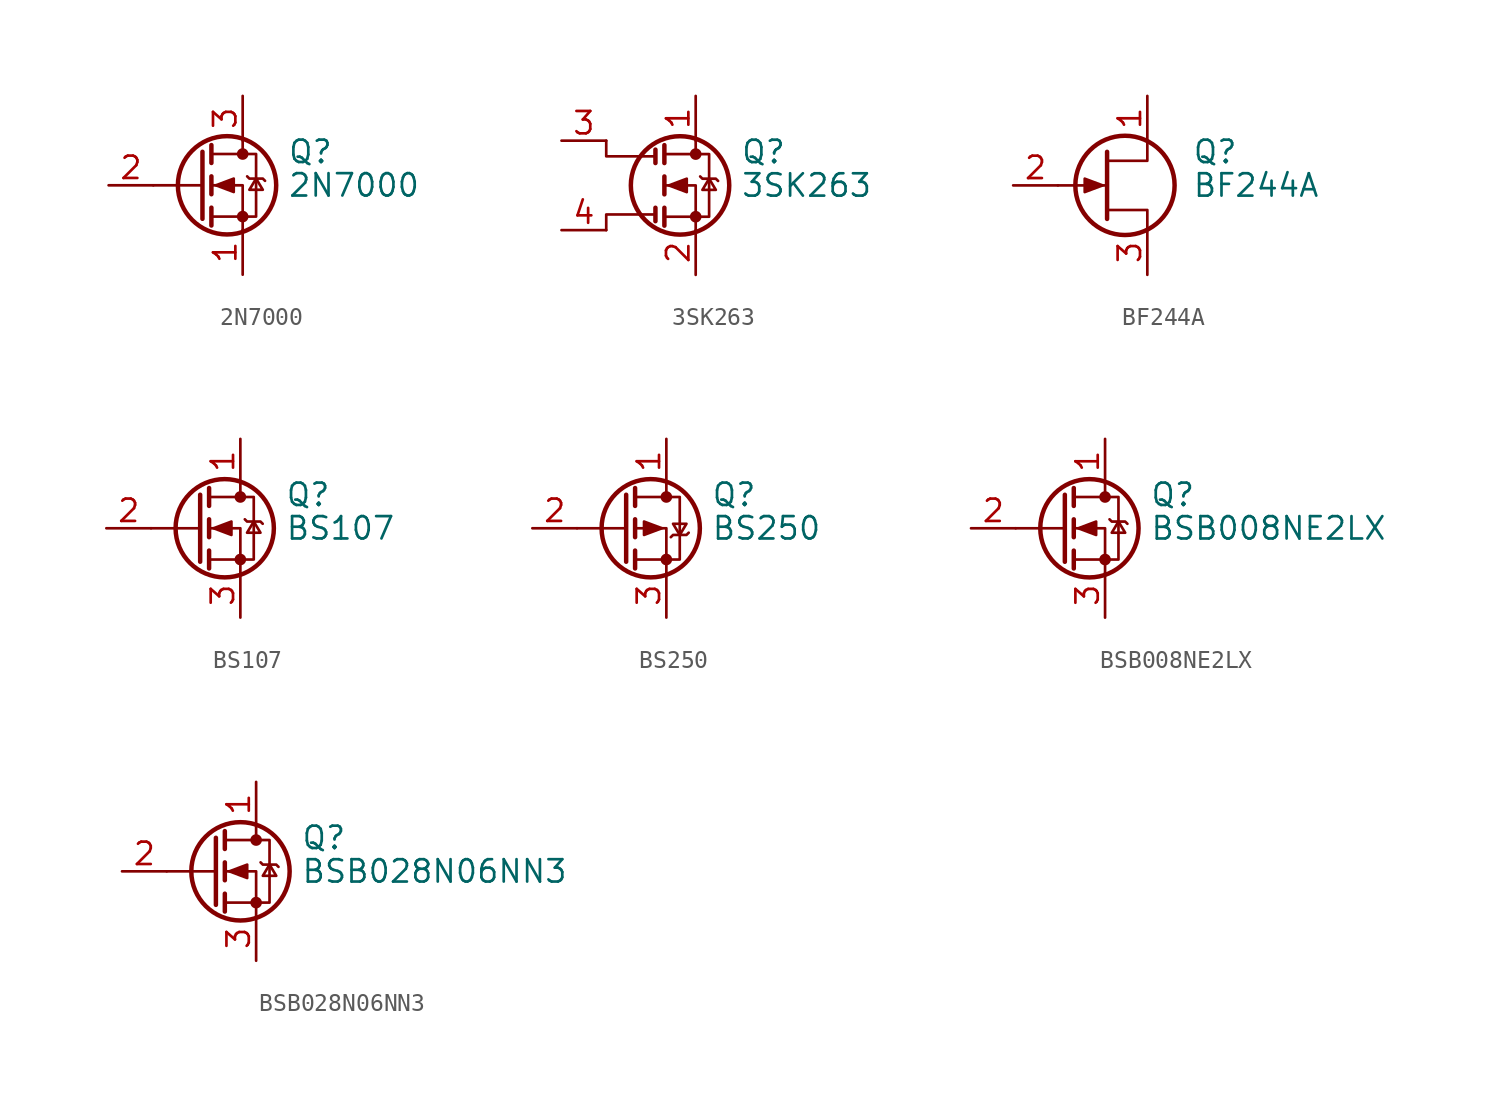
<source format=kicad_sym>
(kicad_symbol_lib
  (version 20211014)
  (generator kicad_symbol_editor)
  (symbol "2N7000"
    (pin_names hide)
    (property "Reference" "Q"
      (at 5.08 1.905 0)
      (effects (font (size 1.27 1.27)) (justify left)))
    (property "Value" "2N7000"
      (at 5.08 0 0)
      (effects (font (size 1.27 1.27)) (justify left)))
    (symbol "2N7000_0_1"
      (polyline (pts (xy 0.254 0) (xy -2.54 0)) (stroke (width 0) (type default) (color 0 0 0 0)) (fill (type none)))
      (polyline (pts (xy 0.254 1.905) (xy 0.254 -1.905)) (stroke (width 0.254) (type default) (color 0 0 0 0)) (fill (type none)))
      (polyline (pts (xy 0.762 -1.27) (xy 0.762 -2.286)) (stroke (width 0.254) (type default) (color 0 0 0 0)) (fill (type none)))
      (polyline (pts (xy 0.762 0.508) (xy 0.762 -0.508)) (stroke (width 0.254) (type default) (color 0 0 0 0)) (fill (type none)))
      (polyline (pts (xy 0.762 2.286) (xy 0.762 1.27)) (stroke (width 0.254) (type default) (color 0 0 0 0)) (fill (type none)))
      (polyline (pts (xy 2.54 2.54) (xy 2.54 1.778)) (stroke (width 0) (type default) (color 0 0 0 0)) (fill (type none)))
      (polyline (pts (xy 2.54 -2.54) (xy 2.54 0) (xy 0.762 0)) (stroke (width 0) (type default) (color 0 0 0 0)) (fill (type none)))
      (polyline (pts (xy 0.762 -1.778) (xy 3.302 -1.778) (xy 3.302 1.778) (xy 0.762 1.778)) (stroke (width 0) (type default) (color 0 0 0 0)) (fill (type none)))
      (polyline (pts (xy 1.016 0) (xy 2.032 0.381) (xy 2.032 -0.381) (xy 1.016 0)) (stroke (width 0) (type default) (color 0 0 0 0)) (fill (type outline)))
      (polyline (pts (xy 2.794 0.508) (xy 2.921 0.381) (xy 3.683 0.381) (xy 3.81 0.254)) (stroke (width 0) (type default) (color 0 0 0 0)) (fill (type none)))
      (polyline (pts (xy 3.302 0.381) (xy 2.921 -0.254) (xy 3.683 -0.254) (xy 3.302 0.381)) (stroke (width 0) (type default) (color 0 0 0 0)) (fill (type none)))
      (circle (center 1.651 0) (radius 2.794) (stroke (width 0.254) (type default) (color 0 0 0 0)) (fill (type none)))
      (circle (center 2.54 -1.778) (radius 0.254) (stroke (width 0) (type default) (color 0 0 0 0)) (fill (type outline)))
      (circle (center 2.54 1.778) (radius 0.254) (stroke (width 0) (type default) (color 0 0 0 0)) (fill (type outline))))
    (symbol "2N7000_1_1"
      (pin passive line (at 2.54 -5.08 90) (length 2.54) (name "S" (effects (font (size 1.27 1.27)))) (number "1" (effects (font (size 1.27 1.27)))))
      (pin input line (at -5.08 0 0) (length 2.54) (name "G" (effects (font (size 1.27 1.27)))) (number "2" (effects (font (size 1.27 1.27)))))
      (pin passive line (at 2.54 5.08 270) (length 2.54) (name "D" (effects (font (size 1.27 1.27)))) (number "3" (effects (font (size 1.27 1.27)))))))
  (symbol "3SK263"
    (pin_names hide)
    (property "Reference" "Q"
      (at 5.08 1.905 0)
      (effects (font (size 1.27 1.27)) (justify left)))
    (property "Value" "3SK263"
      (at 5.08 0 0)
      (effects (font (size 1.27 1.27)) (justify left)))
    (symbol "3SK263_0_1"
      (polyline (pts (xy 0.254 -2.032) (xy 0.254 -1.27)) (stroke (width 0.254) (type default) (color 0 0 0 0)) (fill (type none)))
      (polyline (pts (xy 0.254 2.032) (xy 0.254 1.27)) (stroke (width 0.254) (type default) (color 0 0 0 0)) (fill (type none)))
      (polyline (pts (xy 0.762 -1.27) (xy 0.762 -2.286)) (stroke (width 0.254) (type default) (color 0 0 0 0)) (fill (type none)))
      (polyline (pts (xy 0.762 0.508) (xy 0.762 -0.508)) (stroke (width 0.254) (type default) (color 0 0 0 0)) (fill (type none)))
      (polyline (pts (xy 0.762 2.286) (xy 0.762 1.27)) (stroke (width 0.254) (type default) (color 0 0 0 0)) (fill (type none)))
      (polyline (pts (xy 2.54 2.54) (xy 2.54 1.778)) (stroke (width 0) (type default) (color 0 0 0 0)) (fill (type none)))
      (polyline (pts (xy 0.254 -1.651) (xy -2.54 -1.651) (xy -2.54 -2.54)) (stroke (width 0) (type default) (color 0 0 0 0)) (fill (type none)))
      (polyline (pts (xy 0.254 1.651) (xy -2.54 1.651) (xy -2.54 2.54)) (stroke (width 0) (type default) (color 0 0 0 0)) (fill (type none)))
      (polyline (pts (xy 2.54 -2.54) (xy 2.54 0) (xy 0.762 0)) (stroke (width 0) (type default) (color 0 0 0 0)) (fill (type none)))
      (polyline (pts (xy 0.762 -1.778) (xy 3.302 -1.778) (xy 3.302 1.778) (xy 0.762 1.778)) (stroke (width 0) (type default) (color 0 0 0 0)) (fill (type none)))
      (polyline (pts (xy 1.016 0) (xy 2.032 0.381) (xy 2.032 -0.381) (xy 1.016 0)) (stroke (width 0) (type default) (color 0 0 0 0)) (fill (type outline)))
      (polyline (pts (xy 2.794 0.508) (xy 2.921 0.381) (xy 3.683 0.381) (xy 3.81 0.254)) (stroke (width 0) (type default) (color 0 0 0 0)) (fill (type none)))
      (polyline (pts (xy 3.302 0.381) (xy 2.921 -0.254) (xy 3.683 -0.254) (xy 3.302 0.381)) (stroke (width 0) (type default) (color 0 0 0 0)) (fill (type none)))
      (circle (center 1.651 0) (radius 2.794) (stroke (width 0.254) (type default) (color 0 0 0 0)) (fill (type none)))
      (circle (center 2.54 -1.778) (radius 0.254) (stroke (width 0) (type default) (color 0 0 0 0)) (fill (type outline)))
      (circle (center 2.54 1.778) (radius 0.254) (stroke (width 0) (type default) (color 0 0 0 0)) (fill (type outline))))
    (symbol "3SK263_1_1"
      (pin passive line (at 2.54 5.08 270) (length 2.54) (name "D" (effects (font (size 1.27 1.27)))) (number "1" (effects (font (size 1.27 1.27)))))
      (pin passive line (at 2.54 -5.08 90) (length 2.54) (name "S" (effects (font (size 1.27 1.27)))) (number "2" (effects (font (size 1.27 1.27)))))
      (pin passive line (at -5.08 2.54 0) (length 2.54) (name "G1" (effects (font (size 1.27 1.27)))) (number "3" (effects (font (size 1.27 1.27)))))
      (pin passive line (at -5.08 -2.54 0) (length 2.54) (name "G2" (effects (font (size 1.27 1.27)))) (number "4" (effects (font (size 1.27 1.27)))))))
  (symbol "BF244A"
    (pin_names hide)
    (property "Reference" "Q"
      (at 5.08 1.905 0)
      (effects (font (size 1.27 1.27)) (justify left)))
    (property "Value" "BF244A"
      (at 5.08 0 0)
      (effects (font (size 1.27 1.27)) (justify left)))
    (symbol "BF244A_0_1"
      (polyline (pts (xy 0.254 0) (xy -2.54 0)) (stroke (width 0) (type default) (color 0 0 0 0)) (fill (type none)))
      (polyline (pts (xy 0.254 1.905) (xy 0.254 -1.905)) (stroke (width 0.254) (type default) (color 0 0 0 0)) (fill (type none)))
      (polyline (pts (xy 2.54 -2.54) (xy 2.54 -1.397) (xy 0.254 -1.397)) (stroke (width 0) (type default) (color 0 0 0 0)) (fill (type none)))
      (polyline (pts (xy 2.54 2.54) (xy 2.54 1.397) (xy 0.254 1.397)) (stroke (width 0) (type default) (color 0 0 0 0)) (fill (type none)))
      (polyline (pts (xy 0 0) (xy -1.016 0.381) (xy -1.016 -0.381) (xy 0 0)) (stroke (width 0) (type default) (color 0 0 0 0)) (fill (type outline)))
      (circle (center 1.27 0) (radius 2.819) (stroke (width 0.254) (type default) (color 0 0 0 0)) (fill (type none))))
    (symbol "BF244A_1_1"
      (pin passive line (at 2.54 5.08 270) (length 2.54) (name "D" (effects (font (size 1.27 1.27)))) (number "1" (effects (font (size 1.27 1.27)))))
      (pin input line (at -5.08 0 0) (length 2.54) (name "G" (effects (font (size 1.27 1.27)))) (number "2" (effects (font (size 1.27 1.27)))))
      (pin passive line (at 2.54 -5.08 90) (length 2.54) (name "S" (effects (font (size 1.27 1.27)))) (number "3" (effects (font (size 1.27 1.27)))))))
  (symbol "BS107"
    (pin_names hide)
    (property "Reference" "Q"
      (at 5.08 1.905 0)
      (effects (font (size 1.27 1.27)) (justify left)))
    (property "Value" "BS107"
      (at 5.08 0 0)
      (effects (font (size 1.27 1.27)) (justify left)))
    (symbol "BS107_0_1"
      (polyline (pts (xy 0.254 0) (xy -2.54 0)) (stroke (width 0) (type default) (color 0 0 0 0)) (fill (type none)))
      (polyline (pts (xy 0.254 1.905) (xy 0.254 -1.905)) (stroke (width 0.254) (type default) (color 0 0 0 0)) (fill (type none)))
      (polyline (pts (xy 0.762 -1.27) (xy 0.762 -2.286)) (stroke (width 0.254) (type default) (color 0 0 0 0)) (fill (type none)))
      (polyline (pts (xy 0.762 0.508) (xy 0.762 -0.508)) (stroke (width 0.254) (type default) (color 0 0 0 0)) (fill (type none)))
      (polyline (pts (xy 0.762 2.286) (xy 0.762 1.27)) (stroke (width 0.254) (type default) (color 0 0 0 0)) (fill (type none)))
      (polyline (pts (xy 2.54 2.54) (xy 2.54 1.778)) (stroke (width 0) (type default) (color 0 0 0 0)) (fill (type none)))
      (polyline (pts (xy 2.54 -2.54) (xy 2.54 0) (xy 0.762 0)) (stroke (width 0) (type default) (color 0 0 0 0)) (fill (type none)))
      (polyline (pts (xy 0.762 -1.778) (xy 3.302 -1.778) (xy 3.302 1.778) (xy 0.762 1.778)) (stroke (width 0) (type default) (color 0 0 0 0)) (fill (type none)))
      (polyline (pts (xy 1.016 0) (xy 2.032 0.381) (xy 2.032 -0.381) (xy 1.016 0)) (stroke (width 0) (type default) (color 0 0 0 0)) (fill (type outline)))
      (polyline (pts (xy 2.794 0.508) (xy 2.921 0.381) (xy 3.683 0.381) (xy 3.81 0.254)) (stroke (width 0) (type default) (color 0 0 0 0)) (fill (type none)))
      (polyline (pts (xy 3.302 0.381) (xy 2.921 -0.254) (xy 3.683 -0.254) (xy 3.302 0.381)) (stroke (width 0) (type default) (color 0 0 0 0)) (fill (type none)))
      (circle (center 1.651 0) (radius 2.794) (stroke (width 0.254) (type default) (color 0 0 0 0)) (fill (type none)))
      (circle (center 2.54 -1.778) (radius 0.254) (stroke (width 0) (type default) (color 0 0 0 0)) (fill (type outline)))
      (circle (center 2.54 1.778) (radius 0.254) (stroke (width 0) (type default) (color 0 0 0 0)) (fill (type outline))))
    (symbol "BS107_1_1"
      (pin passive line (at 2.54 5.08 270) (length 2.54) (name "D" (effects (font (size 1.27 1.27)))) (number "1" (effects (font (size 1.27 1.27)))))
      (pin input line (at -5.08 0 0) (length 2.54) (name "G" (effects (font (size 1.27 1.27)))) (number "2" (effects (font (size 1.27 1.27)))))
      (pin passive line (at 2.54 -5.08 90) (length 2.54) (name "S" (effects (font (size 1.27 1.27)))) (number "3" (effects (font (size 1.27 1.27)))))))
  (symbol "BS250"
    (pin_names hide)
    (property "Reference" "Q"
      (at 5.08 1.905 0)
      (effects (font (size 1.27 1.27)) (justify left)))
    (property "Value" "BS250"
      (at 5.08 0 0)
      (effects (font (size 1.27 1.27)) (justify left)))
    (symbol "BS250_0_1"
      (polyline (pts (xy 0.254 0) (xy -2.54 0)) (stroke (width 0) (type default) (color 0 0 0 0)) (fill (type none)))
      (polyline (pts (xy 0.254 1.905) (xy 0.254 -1.905)) (stroke (width 0.254) (type default) (color 0 0 0 0)) (fill (type none)))
      (polyline (pts (xy 0.762 -1.27) (xy 0.762 -2.286)) (stroke (width 0.254) (type default) (color 0 0 0 0)) (fill (type none)))
      (polyline (pts (xy 0.762 0.508) (xy 0.762 -0.508)) (stroke (width 0.254) (type default) (color 0 0 0 0)) (fill (type none)))
      (polyline (pts (xy 0.762 2.286) (xy 0.762 1.27)) (stroke (width 0.254) (type default) (color 0 0 0 0)) (fill (type none)))
      (polyline (pts (xy 2.54 2.54) (xy 2.54 1.778)) (stroke (width 0) (type default) (color 0 0 0 0)) (fill (type none)))
      (polyline (pts (xy 2.54 -2.54) (xy 2.54 0) (xy 0.762 0)) (stroke (width 0) (type default) (color 0 0 0 0)) (fill (type none)))
      (polyline (pts (xy 0.762 1.778) (xy 3.302 1.778) (xy 3.302 -1.778) (xy 0.762 -1.778)) (stroke (width 0) (type default) (color 0 0 0 0)) (fill (type none)))
      (polyline (pts (xy 2.286 0) (xy 1.27 0.381) (xy 1.27 -0.381) (xy 2.286 0)) (stroke (width 0) (type default) (color 0 0 0 0)) (fill (type outline)))
      (polyline (pts (xy 2.794 -0.508) (xy 2.921 -0.381) (xy 3.683 -0.381) (xy 3.81 -0.254)) (stroke (width 0) (type default) (color 0 0 0 0)) (fill (type none)))
      (polyline (pts (xy 3.302 -0.381) (xy 2.921 0.254) (xy 3.683 0.254) (xy 3.302 -0.381)) (stroke (width 0) (type default) (color 0 0 0 0)) (fill (type none)))
      (circle (center 1.651 0) (radius 2.794) (stroke (width 0.254) (type default) (color 0 0 0 0)) (fill (type none)))
      (circle (center 2.54 -1.778) (radius 0.254) (stroke (width 0) (type default) (color 0 0 0 0)) (fill (type outline)))
      (circle (center 2.54 1.778) (radius 0.254) (stroke (width 0) (type default) (color 0 0 0 0)) (fill (type outline))))
    (symbol "BS250_1_1"
      (pin passive line (at 2.54 5.08 270) (length 2.54) (name "D" (effects (font (size 1.27 1.27)))) (number "1" (effects (font (size 1.27 1.27)))))
      (pin input line (at -5.08 0 0) (length 2.54) (name "G" (effects (font (size 1.27 1.27)))) (number "2" (effects (font (size 1.27 1.27)))))
      (pin passive line (at 2.54 -5.08 90) (length 2.54) (name "S" (effects (font (size 1.27 1.27)))) (number "3" (effects (font (size 1.27 1.27)))))))
  (symbol "BSB008NE2LX"
    (pin_names hide)
    (property "Reference" "Q"
      (at 5.08 1.905 0)
      (effects (font (size 1.27 1.27)) (justify left)))
    (property "Value" "BSB008NE2LX"
      (at 5.08 0 0)
      (effects (font (size 1.27 1.27)) (justify left)))
    (symbol "BSB008NE2LX_0_1"
      (polyline (pts (xy 0.254 0) (xy -2.54 0)) (stroke (width 0) (type default) (color 0 0 0 0)) (fill (type none)))
      (polyline (pts (xy 0.254 1.905) (xy 0.254 -1.905)) (stroke (width 0.254) (type default) (color 0 0 0 0)) (fill (type none)))
      (polyline (pts (xy 0.762 -1.27) (xy 0.762 -2.286)) (stroke (width 0.254) (type default) (color 0 0 0 0)) (fill (type none)))
      (polyline (pts (xy 0.762 0.508) (xy 0.762 -0.508)) (stroke (width 0.254) (type default) (color 0 0 0 0)) (fill (type none)))
      (polyline (pts (xy 0.762 2.286) (xy 0.762 1.27)) (stroke (width 0.254) (type default) (color 0 0 0 0)) (fill (type none)))
      (polyline (pts (xy 2.54 2.54) (xy 2.54 1.778)) (stroke (width 0) (type default) (color 0 0 0 0)) (fill (type none)))
      (polyline (pts (xy 2.54 -2.54) (xy 2.54 0) (xy 0.762 0)) (stroke (width 0) (type default) (color 0 0 0 0)) (fill (type none)))
      (polyline (pts (xy 0.762 -1.778) (xy 3.302 -1.778) (xy 3.302 1.778) (xy 0.762 1.778)) (stroke (width 0) (type default) (color 0 0 0 0)) (fill (type none)))
      (polyline (pts (xy 1.016 0) (xy 2.032 0.381) (xy 2.032 -0.381) (xy 1.016 0)) (stroke (width 0) (type default) (color 0 0 0 0)) (fill (type outline)))
      (polyline (pts (xy 2.794 0.508) (xy 2.921 0.381) (xy 3.683 0.381) (xy 3.81 0.254)) (stroke (width 0) (type default) (color 0 0 0 0)) (fill (type none)))
      (polyline (pts (xy 3.302 0.381) (xy 2.921 -0.254) (xy 3.683 -0.254) (xy 3.302 0.381)) (stroke (width 0) (type default) (color 0 0 0 0)) (fill (type none)))
      (circle (center 1.651 0) (radius 2.794) (stroke (width 0.254) (type default) (color 0 0 0 0)) (fill (type none)))
      (circle (center 2.54 -1.778) (radius 0.254) (stroke (width 0) (type default) (color 0 0 0 0)) (fill (type outline)))
      (circle (center 2.54 1.778) (radius 0.254) (stroke (width 0) (type default) (color 0 0 0 0)) (fill (type outline))))
    (symbol "BSB008NE2LX_1_1"
      (pin passive line (at 2.54 5.08 270) (length 2.54) (name "D" (effects (font (size 1.27 1.27)))) (number "1" (effects (font (size 1.27 1.27)))))
      (pin input line (at -5.08 0 0) (length 2.54) (name "G" (effects (font (size 1.27 1.27)))) (number "2" (effects (font (size 1.27 1.27)))))
      (pin passive line (at 2.54 -5.08 90) (length 2.54) (name "S" (effects (font (size 1.27 1.27)))) (number "3" (effects (font (size 1.27 1.27)))))))
  (symbol "BSB028N06NN3"
    (pin_names hide)
    (property "Reference" "Q"
      (at 5.08 1.905 0)
      (effects (font (size 1.27 1.27)) (justify left)))
    (property "Value" "BSB028N06NN3"
      (at 5.08 0 0)
      (effects (font (size 1.27 1.27)) (justify left)))
    (symbol "BSB028N06NN3_0_1"
      (polyline (pts (xy 0.254 0) (xy -2.54 0)) (stroke (width 0) (type default) (color 0 0 0 0)) (fill (type none)))
      (polyline (pts (xy 0.254 1.905) (xy 0.254 -1.905)) (stroke (width 0.254) (type default) (color 0 0 0 0)) (fill (type none)))
      (polyline (pts (xy 0.762 -1.27) (xy 0.762 -2.286)) (stroke (width 0.254) (type default) (color 0 0 0 0)) (fill (type none)))
      (polyline (pts (xy 0.762 0.508) (xy 0.762 -0.508)) (stroke (width 0.254) (type default) (color 0 0 0 0)) (fill (type none)))
      (polyline (pts (xy 0.762 2.286) (xy 0.762 1.27)) (stroke (width 0.254) (type default) (color 0 0 0 0)) (fill (type none)))
      (polyline (pts (xy 2.54 2.54) (xy 2.54 1.778)) (stroke (width 0) (type default) (color 0 0 0 0)) (fill (type none)))
      (polyline (pts (xy 2.54 -2.54) (xy 2.54 0) (xy 0.762 0)) (stroke (width 0) (type default) (color 0 0 0 0)) (fill (type none)))
      (polyline (pts (xy 0.762 -1.778) (xy 3.302 -1.778) (xy 3.302 1.778) (xy 0.762 1.778)) (stroke (width 0) (type default) (color 0 0 0 0)) (fill (type none)))
      (polyline (pts (xy 1.016 0) (xy 2.032 0.381) (xy 2.032 -0.381) (xy 1.016 0)) (stroke (width 0) (type default) (color 0 0 0 0)) (fill (type outline)))
      (polyline (pts (xy 2.794 0.508) (xy 2.921 0.381) (xy 3.683 0.381) (xy 3.81 0.254)) (stroke (width 0) (type default) (color 0 0 0 0)) (fill (type none)))
      (polyline (pts (xy 3.302 0.381) (xy 2.921 -0.254) (xy 3.683 -0.254) (xy 3.302 0.381)) (stroke (width 0) (type default) (color 0 0 0 0)) (fill (type none)))
      (circle (center 1.651 0) (radius 2.794) (stroke (width 0.254) (type default) (color 0 0 0 0)) (fill (type none)))
      (circle (center 2.54 -1.778) (radius 0.254) (stroke (width 0) (type default) (color 0 0 0 0)) (fill (type outline)))
      (circle (center 2.54 1.778) (radius 0.254) (stroke (width 0) (type default) (color 0 0 0 0)) (fill (type outline))))
    (symbol "BSB028N06NN3_1_1"
      (pin passive line (at 2.54 5.08 270) (length 2.54) (name "D" (effects (font (size 1.27 1.27)))) (number "1" (effects (font (size 1.27 1.27)))))
      (pin input line (at -5.08 0 0) (length 2.54) (name "G" (effects (font (size 1.27 1.27)))) (number "2" (effects (font (size 1.27 1.27)))))
      (pin passive line (at 2.54 -5.08 90) (length 2.54) (name "S" (effects (font (size 1.27 1.27)))) (number "3" (effects (font (size 1.27 1.27))))))))
</source>
